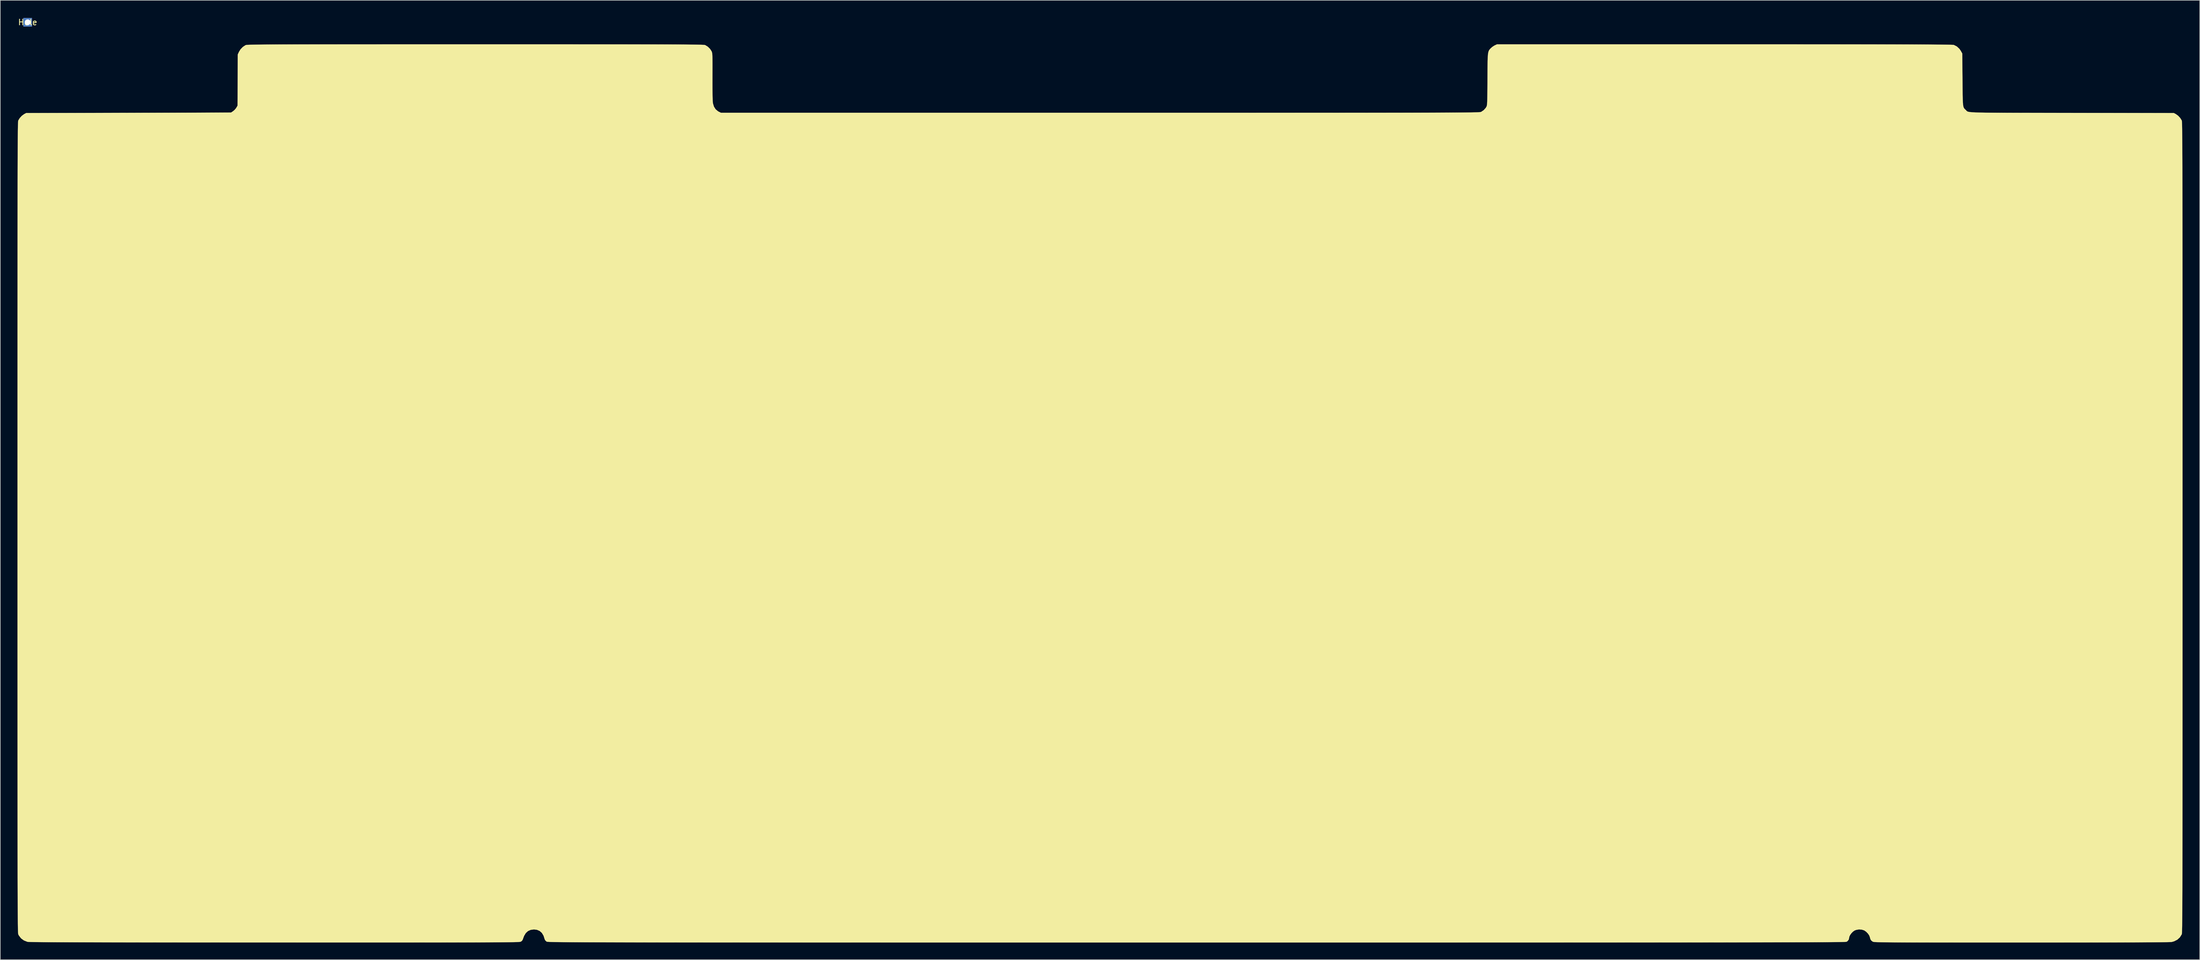
<source format=kicad_pcb>
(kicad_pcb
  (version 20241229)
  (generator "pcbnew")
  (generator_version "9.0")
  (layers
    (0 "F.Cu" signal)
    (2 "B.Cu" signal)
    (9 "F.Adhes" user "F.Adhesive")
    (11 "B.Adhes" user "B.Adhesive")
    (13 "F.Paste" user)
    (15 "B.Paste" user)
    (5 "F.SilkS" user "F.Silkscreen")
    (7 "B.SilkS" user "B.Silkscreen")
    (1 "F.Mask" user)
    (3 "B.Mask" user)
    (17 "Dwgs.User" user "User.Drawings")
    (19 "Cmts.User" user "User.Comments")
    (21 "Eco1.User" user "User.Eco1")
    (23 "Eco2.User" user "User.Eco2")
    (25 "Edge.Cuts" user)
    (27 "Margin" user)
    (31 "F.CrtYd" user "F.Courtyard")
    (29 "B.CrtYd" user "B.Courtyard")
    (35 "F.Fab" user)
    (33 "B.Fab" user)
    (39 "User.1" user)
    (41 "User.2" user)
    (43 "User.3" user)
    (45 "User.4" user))
  (footprint "LOGO"
    (layer "F.Cu")
    (at 189.277 83.23)
    (property "Reference" "LOGO" (at 0 0 0) (layer "F.SilkS") (effects (font (size 1.524 1.524) (thickness 0.3))))
    (attr through_hole)
    (fp_poly (pts (xy 112.446 -78.528) (xy 115.464 -78.528) (xy 118.321 -78.528) (xy 121.02 -78.527) (xy 123.567 -78.526) (xy 125.965 -78.525) (xy 128.218 -78.524) (xy 130.329 -78.523) (xy 132.304 -78.521) (xy 134.147 -78.52) (xy 135.86 -78.518) (xy 137.449 -78.515) (xy 138.918 -78.513) (xy 140.269 -78.51) (xy 141.509 -78.507) (xy 142.64 -78.503) (xy 143.667 -78.499) (xy 144.593 -78.495) (xy 145.423 -78.491) (xy 146.161 -78.486) (xy 146.812 -78.481) (xy 147.378 -78.475) (xy 147.864 -78.469) (xy 148.274 -78.463) (xy 148.613 -78.456) (xy 148.884 -78.449) (xy 149.091 -78.442) (xy 149.238 -78.434) (xy 149.33 -78.425) (xy 149.366 -78.418) (xy 149.898 -78.142) (xy 150.339 -77.732) (xy 150.58 -77.379) (xy 150.834 -76.92) (xy 150.876 -72.348) (xy 150.885 -71.325) (xy 150.894 -70.457) (xy 150.903 -69.73) (xy 150.915 -69.13) (xy 150.931 -68.643) (xy 150.951 -68.254) (xy 150.979 -67.95) (xy 151.015 -67.716) (xy 151.061 -67.539) (xy 151.118 -67.403) (xy 151.187 -67.296) (xy 151.272 -67.202) (xy 151.372 -67.107) (xy 151.44 -67.044) (xy 151.496 -66.988) (xy 151.542 -66.936) (xy 151.584 -66.888) (xy 151.629 -66.844) (xy 151.684 -66.804) (xy 151.757 -66.768) (xy 151.853 -66.735) (xy 151.979 -66.706) (xy 152.143 -66.68) (xy 152.351 -66.657) (xy 152.61 -66.636) (xy 152.927 -66.618) (xy 153.308 -66.603) (xy 153.761 -66.589) (xy 154.292 -66.578) (xy 154.908 -66.568) (xy 155.615 -66.56) (xy 156.422 -66.554) (xy 157.334 -66.549) (xy 158.358 -66.544) (xy 159.502 -66.541) (xy 160.771 -66.538) (xy 162.173 -66.536) (xy 163.715 -66.534) (xy 165.403 -66.532) (xy 167.244 -66.53) (xy 169.245 -66.528) (xy 170.027 -66.527) (xy 187.833 -66.506) (xy 188.18 -66.32) (xy 188.58 -66.034) (xy 188.944 -65.644) (xy 189.212 -65.216) (xy 189.219 -65.199) (xy 189.228 -65.173) (xy 189.235 -65.128) (xy 189.243 -65.061) (xy 189.25 -64.969) (xy 189.257 -64.848) (xy 189.263 -64.695) (xy 189.27 -64.506) (xy 189.276 -64.279) (xy 189.281 -64.009) (xy 189.287 -63.695) (xy 189.292 -63.331) (xy 189.297 -62.915) (xy 189.301 -62.444) (xy 189.306 -61.914) (xy 189.31 -61.321) (xy 189.314 -60.663) (xy 189.318 -59.937) (xy 189.321 -59.137) (xy 189.325 -58.263) (xy 189.328 -57.309) (xy 189.331 -56.273) (xy 189.333 -55.151) (xy 189.336 -53.941) (xy 189.338 -52.637) (xy 189.34 -51.239) (xy 189.342 -49.741) (xy 189.344 -48.14) (xy 189.346 -46.434) (xy 189.347 -44.619) (xy 189.349 -42.691) (xy 189.35 -40.647) (xy 189.351 -38.484) (xy 189.352 -36.199) (xy 189.353 -33.788) (xy 189.354 -31.247) (xy 189.354 -28.574) (xy 189.355 -25.765) (xy 189.355 -22.817) (xy 189.356 -19.726) (xy 189.356 -16.488) (xy 189.356 -13.102) (xy 189.357 -9.563) (xy 189.357 -5.868) (xy 189.357 -2.013) (xy 189.357 2.004) (xy 189.357 6.011) (xy 189.357 10.188) (xy 189.357 14.198) (xy 189.357 18.046) (xy 189.357 21.735) (xy 189.356 25.268) (xy 189.356 28.648) (xy 189.356 31.879) (xy 189.355 34.964) (xy 189.355 37.907) (xy 189.354 40.71) (xy 189.354 43.378) (xy 189.353 45.913) (xy 189.352 48.319) (xy 189.351 50.599) (xy 189.35 52.757) (xy 189.349 54.796) (xy 189.347 56.719) (xy 189.346 58.529) (xy 189.344 60.231) (xy 189.342 61.827) (xy 189.34 63.321) (xy 189.338 64.716) (xy 189.336 66.015) (xy 189.333 67.222) (xy 189.33 68.34) (xy 189.328 69.373) (xy 189.324 70.323) (xy 189.321 71.195) (xy 189.318 71.991) (xy 189.314 72.715) (xy 189.31 73.37) (xy 189.306 73.96) (xy 189.301 74.487) (xy 189.297 74.956) (xy 189.292 75.37) (xy 189.287 75.731) (xy 189.281 76.044) (xy 189.275 76.312) (xy 189.269 76.537) (xy 189.263 76.724) (xy 189.257 76.876) (xy 189.25 76.996) (xy 189.242 77.087) (xy 189.235 77.153) (xy 189.227 77.197) (xy 189.219 77.222) (xy 188.892 77.75) (xy 188.447 78.157) (xy 187.884 78.443) (xy 187.469 78.56) (xy 187.37 78.57) (xy 187.169 78.579) (xy 186.86 78.588) (xy 186.442 78.596) (xy 185.91 78.604) (xy 185.262 78.611) (xy 184.493 78.617) (xy 183.601 78.623) (xy 182.581 78.628) (xy 181.431 78.633) (xy 180.147 78.637) (xy 178.725 78.641) (xy 177.163 78.644) (xy 175.456 78.647) (xy 173.601 78.65) (xy 171.596 78.652) (xy 169.435 78.653) (xy 167.117 78.654) (xy 164.637 78.655) (xy 161.992 78.655) (xy 161.222 78.655) (xy 158.746 78.655) (xy 156.433 78.655) (xy 154.278 78.655) (xy 152.275 78.654) (xy 150.419 78.654) (xy 148.704 78.653) (xy 147.125 78.652) (xy 145.675 78.651) (xy 144.35 78.65) (xy 143.142 78.648) (xy 142.048 78.646) (xy 141.06 78.643) (xy 140.174 78.64) (xy 139.384 78.637) (xy 138.684 78.633) (xy 138.068 78.628) (xy 137.531 78.623) (xy 137.068 78.617) (xy 136.671 78.611) (xy 136.337 78.604) (xy 136.059 78.596) (xy 135.831 78.587) (xy 135.648 78.578) (xy 135.504 78.567) (xy 135.394 78.556) (xy 135.312 78.544) (xy 135.252 78.531) (xy 135.208 78.517) (xy 135.175 78.502) (xy 135.155 78.49) (xy 134.917 78.31) (xy 134.772 78.088) (xy 134.681 77.766) (xy 134.672 77.717) (xy 134.553 77.41) (xy 134.324 77.079) (xy 134.028 76.775) (xy 133.706 76.548) (xy 133.683 76.536) (xy 133.248 76.397) (xy 132.754 76.369) (xy 132.268 76.452) (xy 131.987 76.565) (xy 131.715 76.758) (xy 131.451 77.028) (xy 131.232 77.329) (xy 131.094 77.614) (xy 131.064 77.772) (xy 130.987 78.131) (xy 130.77 78.413) (xy 130.595 78.524) (xy 130.571 78.53) (xy 130.524 78.536) (xy 130.452 78.542) (xy 130.351 78.548) (xy 130.219 78.553) (xy 130.054 78.558) (xy 129.852 78.563) (xy 129.612 78.568) (xy 129.33 78.573) (xy 129.004 78.577) (xy 128.631 78.582) (xy 128.21 78.586) (xy 127.736 78.59) (xy 127.207 78.594) (xy 126.622 78.598) (xy 125.977 78.601) (xy 125.269 78.605) (xy 124.496 78.608) (xy 123.656 78.611) (xy 122.745 78.614) (xy 121.762 78.617) (xy 120.703 78.62) (xy 119.566 78.622) (xy 118.348 78.625) (xy 117.046 78.627) (xy 115.659 78.629) (xy 114.183 78.631) (xy 112.616 78.633) (xy 110.955 78.635) (xy 109.197 78.637) (xy 107.34 78.639) (xy 105.382 78.64) (xy 103.319 78.642) (xy 101.149 78.643) (xy 98.869 78.644) (xy 96.478 78.646) (xy 93.971 78.647) (xy 91.347 78.648) (xy 88.603 78.649) (xy 85.736 78.649) (xy 82.744 78.65) (xy 79.623 78.651) (xy 76.373 78.652) (xy 72.989 78.652) (xy 69.469 78.653) (xy 65.81 78.653) (xy 62.011 78.654) (xy 58.068 78.654) (xy 53.978 78.654) (xy 49.74 78.654) (xy 45.35 78.655) (xy 40.806 78.655) (xy 36.105 78.655) (xy 31.244 78.655) (xy 26.222 78.655) (xy 21.034 78.655) (xy 16.921 78.655) (xy 11.638 78.655) (xy 6.522 78.655) (xy 1.569 78.655) (xy -3.222 78.655) (xy -7.854 78.655) (xy -12.33 78.655) (xy -16.653 78.655) (xy -20.826 78.655) (xy -24.85 78.654) (xy -28.73 78.654) (xy -32.466 78.654) (xy -36.063 78.654) (xy -39.523 78.653) (xy -42.848 78.653) (xy -46.041 78.652) (xy -49.105 78.652) (xy -52.043 78.651) (xy -54.857 78.651) (xy -57.55 78.65) (xy -60.124 78.649) (xy -62.582 78.648) (xy -64.928 78.647) (xy -67.163 78.646) (xy -69.29 78.645) (xy -71.312 78.644) (xy -73.232 78.643) (xy -75.052 78.641) (xy -76.775 78.64) (xy -78.403 78.638) (xy -79.94 78.636) (xy -81.388 78.634) (xy -82.75 78.632) (xy -84.028 78.63) (xy -85.225 78.628) (xy -86.343 78.626) (xy -87.387 78.623) (xy -88.357 78.62) (xy -89.257 78.618) (xy -90.089 78.615) (xy -90.856 78.611) (xy -91.561 78.608) (xy -92.207 78.605) (xy -92.796 78.601) (xy -93.33 78.597) (xy -93.813 78.593) (xy -94.248 78.589) (xy -94.636 78.585) (xy -94.98 78.58) (xy -95.284 78.576) (xy -95.55 78.571) (xy -95.78 78.566) (xy -95.977 78.56) (xy -96.145 78.555) (xy -96.284 78.549) (xy -96.4 78.543) (xy -96.493 78.537) (xy -96.566 78.531) (xy -96.623 78.524) (xy -96.666 78.517) (xy -96.698 78.51) (xy -96.721 78.503) (xy -96.738 78.496) (xy -96.751 78.488) (xy -96.97 78.293) (xy -97.076 78.086) (xy -97.277 77.459) (xy -97.57 76.973) (xy -97.955 76.63) (xy -98.431 76.429) (xy -98.945 76.369) (xy -99.513 76.439) (xy -99.989 76.651) (xy -100.375 77.005) (xy -100.672 77.502) (xy -100.796 77.829) (xy -100.906 78.136) (xy -101.017 78.327) (xy -101.162 78.452) (xy -101.261 78.507) (xy -101.289 78.518) (xy -101.33 78.529) (xy -101.388 78.539) (xy -101.468 78.548) (xy -101.574 78.557) (xy -101.71 78.566) (xy -101.881 78.573) (xy -102.091 78.581) (xy -102.345 78.588) (xy -102.647 78.594) (xy -103 78.6) (xy -103.411 78.606) (xy -103.882 78.611) (xy -104.418 78.616) (xy -105.024 78.62) (xy -105.704 78.624) (xy -106.463 78.628) (xy -107.304 78.631) (xy -108.232 78.634) (xy -109.252 78.637) (xy -110.367 78.639) (xy -111.583 78.641) (xy -112.903 78.643) (xy -114.332 78.645) (xy -115.874 78.646) (xy -117.534 78.647) (xy -119.316 78.648) (xy -121.224 78.649) (xy -123.263 78.649) (xy -125.437 78.649) (xy -127.75 78.649) (xy -130.207 78.649) (xy -132.812 78.649) (xy -135.57 78.649) (xy -138.484 78.649) (xy -141.56 78.648) (xy -144.357 78.648) (xy -147.694 78.647) (xy -150.865 78.646) (xy -153.874 78.645) (xy -156.725 78.644) (xy -159.422 78.643) (xy -161.968 78.642) (xy -164.367 78.64) (xy -166.623 78.638) (xy -168.739 78.636) (xy -170.72 78.634) (xy -172.568 78.632) (xy -174.288 78.629) (xy -175.883 78.626) (xy -177.358 78.623) (xy -178.715 78.62) (xy -179.959 78.616) (xy -181.093 78.612) (xy -182.121 78.608) (xy -183.046 78.604) (xy -183.873 78.599) (xy -184.606 78.594) (xy -185.247 78.589) (xy -185.8 78.583) (xy -186.271 78.577) (xy -186.661 78.57) (xy -186.975 78.563) (xy -187.216 78.556) (xy -187.388 78.549) (xy -187.496 78.541) (xy -187.537 78.534) (xy -188.152 78.289) (xy -188.646 77.927) (xy -189.019 77.447) (xy -189.135 77.222) (xy -189.143 77.196) (xy -189.151 77.151) (xy -189.158 77.084) (xy -189.165 76.991) (xy -189.172 76.87) (xy -189.179 76.717) (xy -189.185 76.529) (xy -189.191 76.301) (xy -189.197 76.032) (xy -189.202 75.717) (xy -189.207 75.354) (xy -189.212 74.938) (xy -189.217 74.467) (xy -189.221 73.936) (xy -189.225 73.344) (xy -189.229 72.686) (xy -189.233 71.959) (xy -189.237 71.16) (xy -189.24 70.285) (xy -189.243 69.332) (xy -189.246 68.296) (xy -189.249 67.174) (xy -189.251 65.963) (xy -189.253 64.66) (xy -189.256 63.261) (xy -189.258 61.763) (xy -189.259 60.163) (xy -189.261 58.457) (xy -189.263 56.641) (xy -189.264 54.714) (xy -189.265 52.67) (xy -189.266 50.507) (xy -189.267 48.222) (xy -189.268 45.81) (xy -189.269 43.27) (xy -189.27 40.597) (xy -189.27 37.788) (xy -189.271 34.839) (xy -189.271 31.748) (xy -189.272 28.511) (xy -189.272 25.125) (xy -189.272 21.586) (xy -189.272 17.89) (xy -189.272 14.036) (xy -189.272 10.018) (xy -189.272 6.011) (xy -189.272 1.835) (xy -189.272 -2.176) (xy -189.272 -6.024) (xy -189.272 -9.712) (xy -189.272 -13.245) (xy -189.272 -16.625) (xy -189.271 -19.856) (xy -189.271 -22.941) (xy -189.27 -25.884) (xy -189.27 -28.687) (xy -189.269 -31.355) (xy -189.268 -33.89) (xy -189.267 -36.296) (xy -189.266 -38.576) (xy -189.265 -40.734) (xy -189.264 -42.773) (xy -189.263 -44.696) (xy -189.261 -46.507) (xy -189.259 -48.209) (xy -189.257 -49.805) (xy -189.255 -51.298) (xy -189.253 -52.693) (xy -189.251 -53.992) (xy -189.248 -55.199) (xy -189.246 -56.318) (xy -189.243 -57.35) (xy -189.24 -58.301) (xy -189.236 -59.172) (xy -189.233 -59.968) (xy -189.229 -60.692) (xy -189.225 -61.347) (xy -189.221 -61.937) (xy -189.217 -62.465) (xy -189.212 -62.934) (xy -189.207 -63.347) (xy -189.202 -63.709) (xy -189.196 -64.021) (xy -189.191 -64.289) (xy -189.185 -64.515) (xy -189.178 -64.702) (xy -189.172 -64.853) (xy -189.165 -64.973) (xy -189.158 -65.064) (xy -189.15 -65.13) (xy -189.143 -65.175) (xy -189.135 -65.199) (xy -188.872 -65.628) (xy -188.511 -66.02) (xy -188.111 -66.312) (xy -188.095 -66.32) (xy -187.748 -66.506) (xy -175.683 -66.527) (xy -174.142 -66.53) (xy -172.567 -66.533) (xy -170.976 -66.536) (xy -169.385 -66.539) (xy -167.812 -66.543) (xy -166.272 -66.546) (xy -164.783 -66.55) (xy -163.361 -66.553) (xy -162.023 -66.556) (xy -160.786 -66.56) (xy -159.666 -66.563) (xy -158.681 -66.566) (xy -157.846 -66.569) (xy -157.77 -66.569) (xy -151.922 -66.59) (xy -151.573 -66.821) (xy -151.31 -67.044) (xy -151.07 -67.326) (xy -151.006 -67.424) (xy -150.788 -67.796) (xy -150.749 -76.75) (xy -150.548 -77.194) (xy -150.262 -77.656) (xy -149.866 -78.065) (xy -149.414 -78.365) (xy -149.364 -78.388) (xy -149.332 -78.399) (xy -149.281 -78.41) (xy -149.209 -78.419) (xy -149.109 -78.429) (xy -148.978 -78.437) (xy -148.81 -78.446) (xy -148.602 -78.453) (xy -148.35 -78.46) (xy -148.047 -78.467) (xy -147.691 -78.473) (xy -147.276 -78.479) (xy -146.799 -78.485) (xy -146.253 -78.49) (xy -145.636 -78.494) (xy -144.943 -78.498) (xy -144.168 -78.502) (xy -143.308 -78.506) (xy -142.358 -78.509) (xy -141.314 -78.512) (xy -140.17 -78.515) (xy -138.923 -78.517) (xy -137.569 -78.519) (xy -136.101 -78.521) (xy -134.517 -78.522) (xy -132.812 -78.524) (xy -130.981 -78.525) (xy -129.019 -78.526) (xy -126.922 -78.526) (xy -124.686 -78.527) (xy -122.306 -78.528) (xy -119.778 -78.528) (xy -117.097 -78.528) (xy -114.258 -78.528) (xy -111.258 -78.528) (xy -109.178 -78.528) (xy -106.065 -78.528) (xy -103.118 -78.528) (xy -100.33 -78.528) (xy -97.699 -78.528) (xy -95.219 -78.527) (xy -92.886 -78.527) (xy -90.695 -78.526) (xy -88.643 -78.525) (xy -86.723 -78.524) (xy -84.933 -78.523) (xy -83.268 -78.521) (xy -81.722 -78.52) (xy -80.292 -78.518) (xy -78.973 -78.516) (xy -77.76 -78.513) (xy -76.65 -78.511) (xy -75.637 -78.508) (xy -74.717 -78.504) (xy -73.886 -78.501) (xy -73.139 -78.496) (xy -72.472 -78.492) (xy -71.88 -78.487) (xy -71.358 -78.482) (xy -70.903 -78.477) (xy -70.51 -78.471) (xy -70.174 -78.464) (xy -69.89 -78.457) (xy -69.655 -78.45) (xy -69.464 -78.442) (xy -69.312 -78.434) (xy -69.195 -78.425) (xy -69.108 -78.415) (xy -69.047 -78.405) (xy -69.007 -78.395) (xy -68.997 -78.391) (xy -68.539 -78.106) (xy -68.146 -77.718) (xy -67.9 -77.337) (xy -67.858 -77.246) (xy -67.822 -77.154) (xy -67.794 -77.044) (xy -67.771 -76.902) (xy -67.754 -76.712) (xy -67.741 -76.458) (xy -67.732 -76.125) (xy -67.727 -75.699) (xy -67.724 -75.162) (xy -67.724 -74.501) (xy -67.726 -73.699) (xy -67.728 -72.861) (xy -67.73 -71.711) (xy -67.727 -70.726) (xy -67.718 -69.903) (xy -67.705 -69.239) (xy -67.687 -68.731) (xy -67.664 -68.374) (xy -67.643 -68.201) (xy -67.47 -67.622) (xy -67.176 -67.158) (xy -66.764 -66.812) (xy -66.63 -66.738) (xy -66.247 -66.548) (xy 0.069 -66.548) (xy 4.09 -66.548) (xy 7.945 -66.548) (xy 11.638 -66.548) (xy 15.172 -66.548) (xy 18.551 -66.548) (xy 21.778 -66.548) (xy 24.857 -66.548) (xy 27.791 -66.549) (xy 30.584 -66.549) (xy 33.238 -66.549) (xy 35.759 -66.55) (xy 38.149 -66.551) (xy 40.412 -66.551) (xy 42.551 -66.552) (xy 44.57 -66.553) (xy 46.472 -66.554) (xy 48.261 -66.556) (xy 49.94 -66.557) (xy 51.513 -66.559) (xy 52.983 -66.56) (xy 54.354 -66.562) (xy 55.63 -66.564) (xy 56.813 -66.567) (xy 57.908 -66.569) (xy 58.917 -66.572) (xy 59.845 -66.575) (xy 60.695 -66.578) (xy 61.47 -66.582) (xy 62.174 -66.585) (xy 62.811 -66.589) (xy 63.383 -66.594) (xy 63.895 -66.598) (xy 64.35 -66.603) (xy 64.751 -66.608) (xy 65.102 -66.613) (xy 65.407 -66.619) (xy 65.669 -66.625) (xy 65.891 -66.631) (xy 66.077 -66.638) (xy 66.23 -66.645) (xy 66.355 -66.652) (xy 66.454 -66.659) (xy 66.531 -66.667) (xy 66.589 -66.676) (xy 66.633 -66.685) (xy 66.665 -66.694) (xy 66.689 -66.703) (xy 66.7 -66.709) (xy 67.144 -67.01) (xy 67.496 -67.4) (xy 67.639 -67.649) (xy 67.67 -67.732) (xy 67.696 -67.847) (xy 67.718 -68.009) (xy 67.736 -68.23) (xy 67.751 -68.526) (xy 67.763 -68.909) (xy 67.772 -69.395) (xy 67.78 -69.998) (xy 67.787 -70.731) (xy 67.792 -71.608) (xy 67.796 -72.39) (xy 67.801 -73.42) (xy 67.806 -74.295) (xy 67.814 -75.03) (xy 67.825 -75.638) (xy 67.841 -76.135) (xy 67.864 -76.534) (xy 67.896 -76.85) (xy 67.937 -77.098) (xy 67.99 -77.291) (xy 68.055 -77.445) (xy 68.135 -77.573) (xy 68.232 -77.69) (xy 68.346 -77.811) (xy 68.387 -77.853) (xy 68.658 -78.086) (xy 68.973 -78.293) (xy 69.082 -78.349) (xy 69.469 -78.528) (xy 109.262 -78.528) (xy 112.446 -78.528)) (stroke (width 0.01) (type solid)) (fill yes) (layer "F.SilkS")))
  (footprint "Hole"
    (layer "F.Cu")
    (at 1.792 0.848)
    (property "Reference" "Hole" (at 0 0 0) (layer "F.SilkS") (effects (font (size 1 1) (thickness 0.15))))
    (attr through_hole)
    (pad "1" thru_hole rect (at 0 0) (size 1.524 1.524) (drill 1.016) (layers "*.Cu" "B.Mask")))
  (gr_rect
    (start -3 -3)
    (end 381.639 164.89)
    (stroke (width 0.1) (type default))
    (fill no)
    (layer "Edge.Cuts")))
</source>
